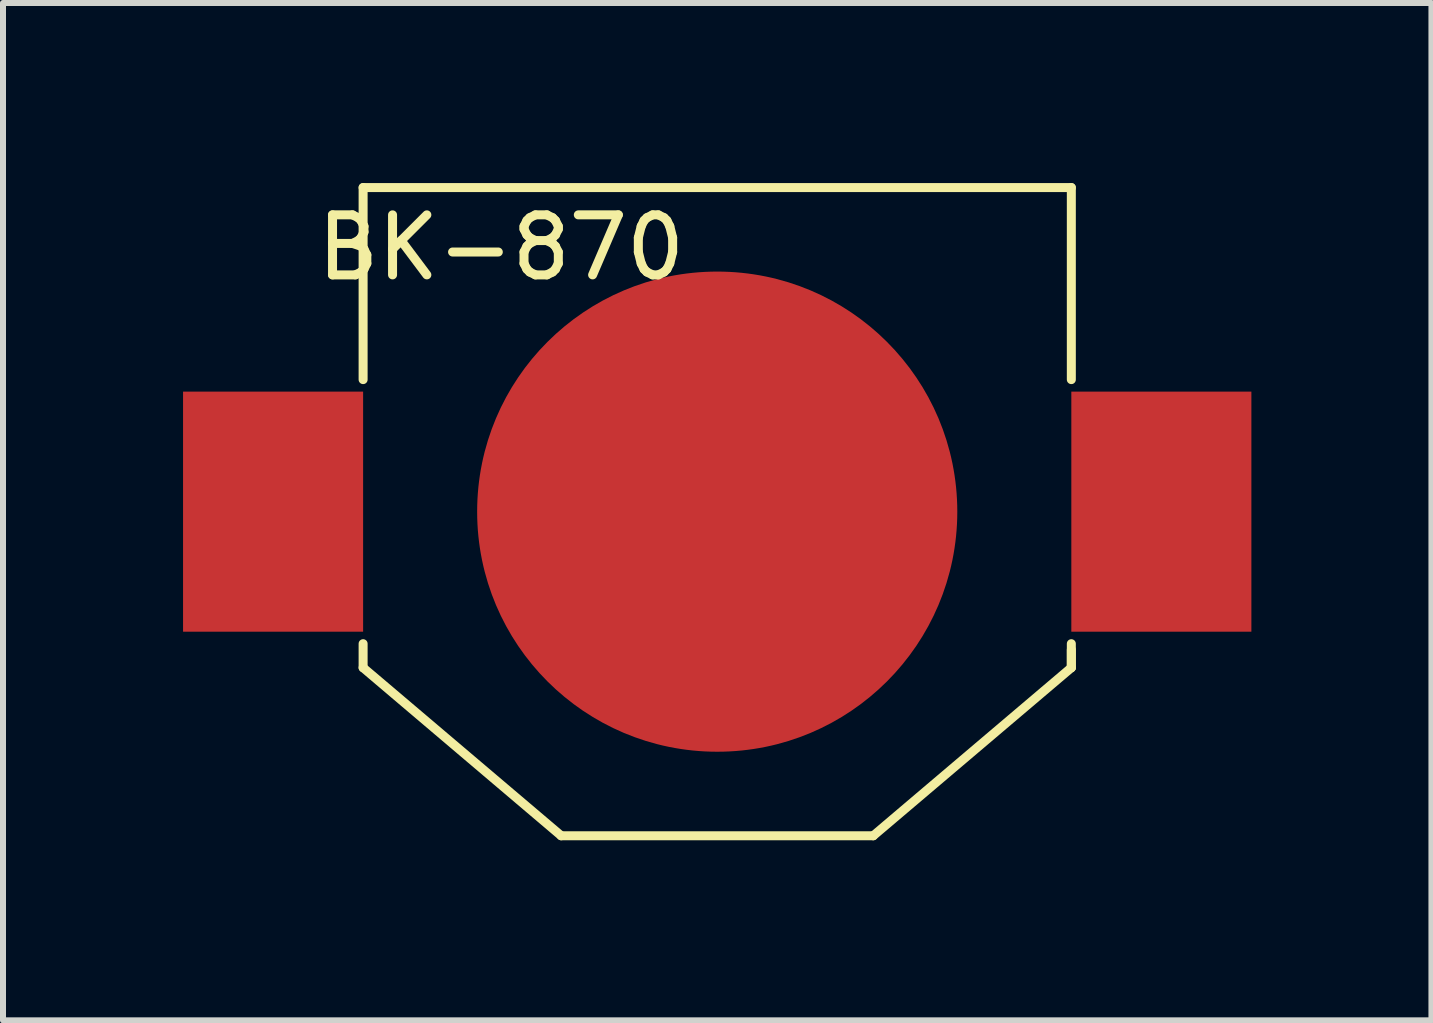
<source format=kicad_pcb>
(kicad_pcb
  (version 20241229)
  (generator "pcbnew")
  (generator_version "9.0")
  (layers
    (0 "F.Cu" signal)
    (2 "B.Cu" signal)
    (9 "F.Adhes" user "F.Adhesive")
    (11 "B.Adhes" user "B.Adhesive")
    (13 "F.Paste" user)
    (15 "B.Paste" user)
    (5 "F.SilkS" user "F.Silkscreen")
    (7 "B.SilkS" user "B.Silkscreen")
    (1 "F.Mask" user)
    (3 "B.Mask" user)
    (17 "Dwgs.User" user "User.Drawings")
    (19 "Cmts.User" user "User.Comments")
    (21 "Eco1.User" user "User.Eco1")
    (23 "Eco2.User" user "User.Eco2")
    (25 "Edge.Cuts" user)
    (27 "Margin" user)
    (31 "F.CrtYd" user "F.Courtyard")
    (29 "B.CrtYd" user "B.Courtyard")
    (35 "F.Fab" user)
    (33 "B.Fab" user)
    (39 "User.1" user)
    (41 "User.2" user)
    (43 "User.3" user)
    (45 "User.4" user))
  (footprint "BK-870"
    (layer "F.Cu")
    (at 8.9 5.375)
    (property "Reference" "BK-870" (at -3.6 -4.3 0) (layer "F.SilkS") (effects (font (size 1 1) (thickness 0.15))))
    (attr through_hole)
    (fp_line (start -5.9 -5.3) (end 5.9 -5.3) (stroke (width 0.15) (type solid)) (layer "F.SilkS"))
    (fp_line (start -5.9 -2.1) (end -5.9 -5.3) (stroke (width 0.15) (type solid)) (layer "F.SilkS"))
    (fp_line (start -5.9 2.7) (end -5.9 2.3) (stroke (width 0.15) (type solid)) (layer "F.SilkS"))
    (fp_line (start -2.6 5.5) (end -5.9 2.7) (stroke (width 0.15) (type solid)) (layer "F.SilkS"))
    (fp_line (start -2.6 5.5) (end 2.6 5.5) (stroke (width 0.15) (type solid)) (layer "F.SilkS"))
    (fp_line (start 5.9 -2.1) (end 5.9 -5.3) (stroke (width 0.15) (type solid)) (layer "F.SilkS"))
    (fp_line (start 5.9 2.7) (end 2.6 5.5) (stroke (width 0.15) (type solid)) (layer "F.SilkS"))
    (fp_line (start 5.9 2.7) (end 5.9 2.3) (stroke (width 0.15) (type solid)) (layer "F.SilkS"))
    (fp_line (start 5.9 2.7) (end 5.9 2.4) (stroke (width 0.15) (type solid)) (layer "F.SilkS"))
    (pad "1" smd rect (at -7.4 0.1) (size 3 4) (layers "F.Cu" "F.Mask"))
    (pad "1" smd rect (at 7.4 0.1) (size 3 4) (layers "F.Cu" "F.Mask"))
    (pad "2" smd circle (at 0 0.1) (size 8 8) (layers "F.Cu" "F.Mask")))
  (gr_rect
    (start -3 -3)
    (end 20.8 13.95)
    (stroke (width 0.1) (type default))
    (fill no)
    (layer "Edge.Cuts")))
</source>
